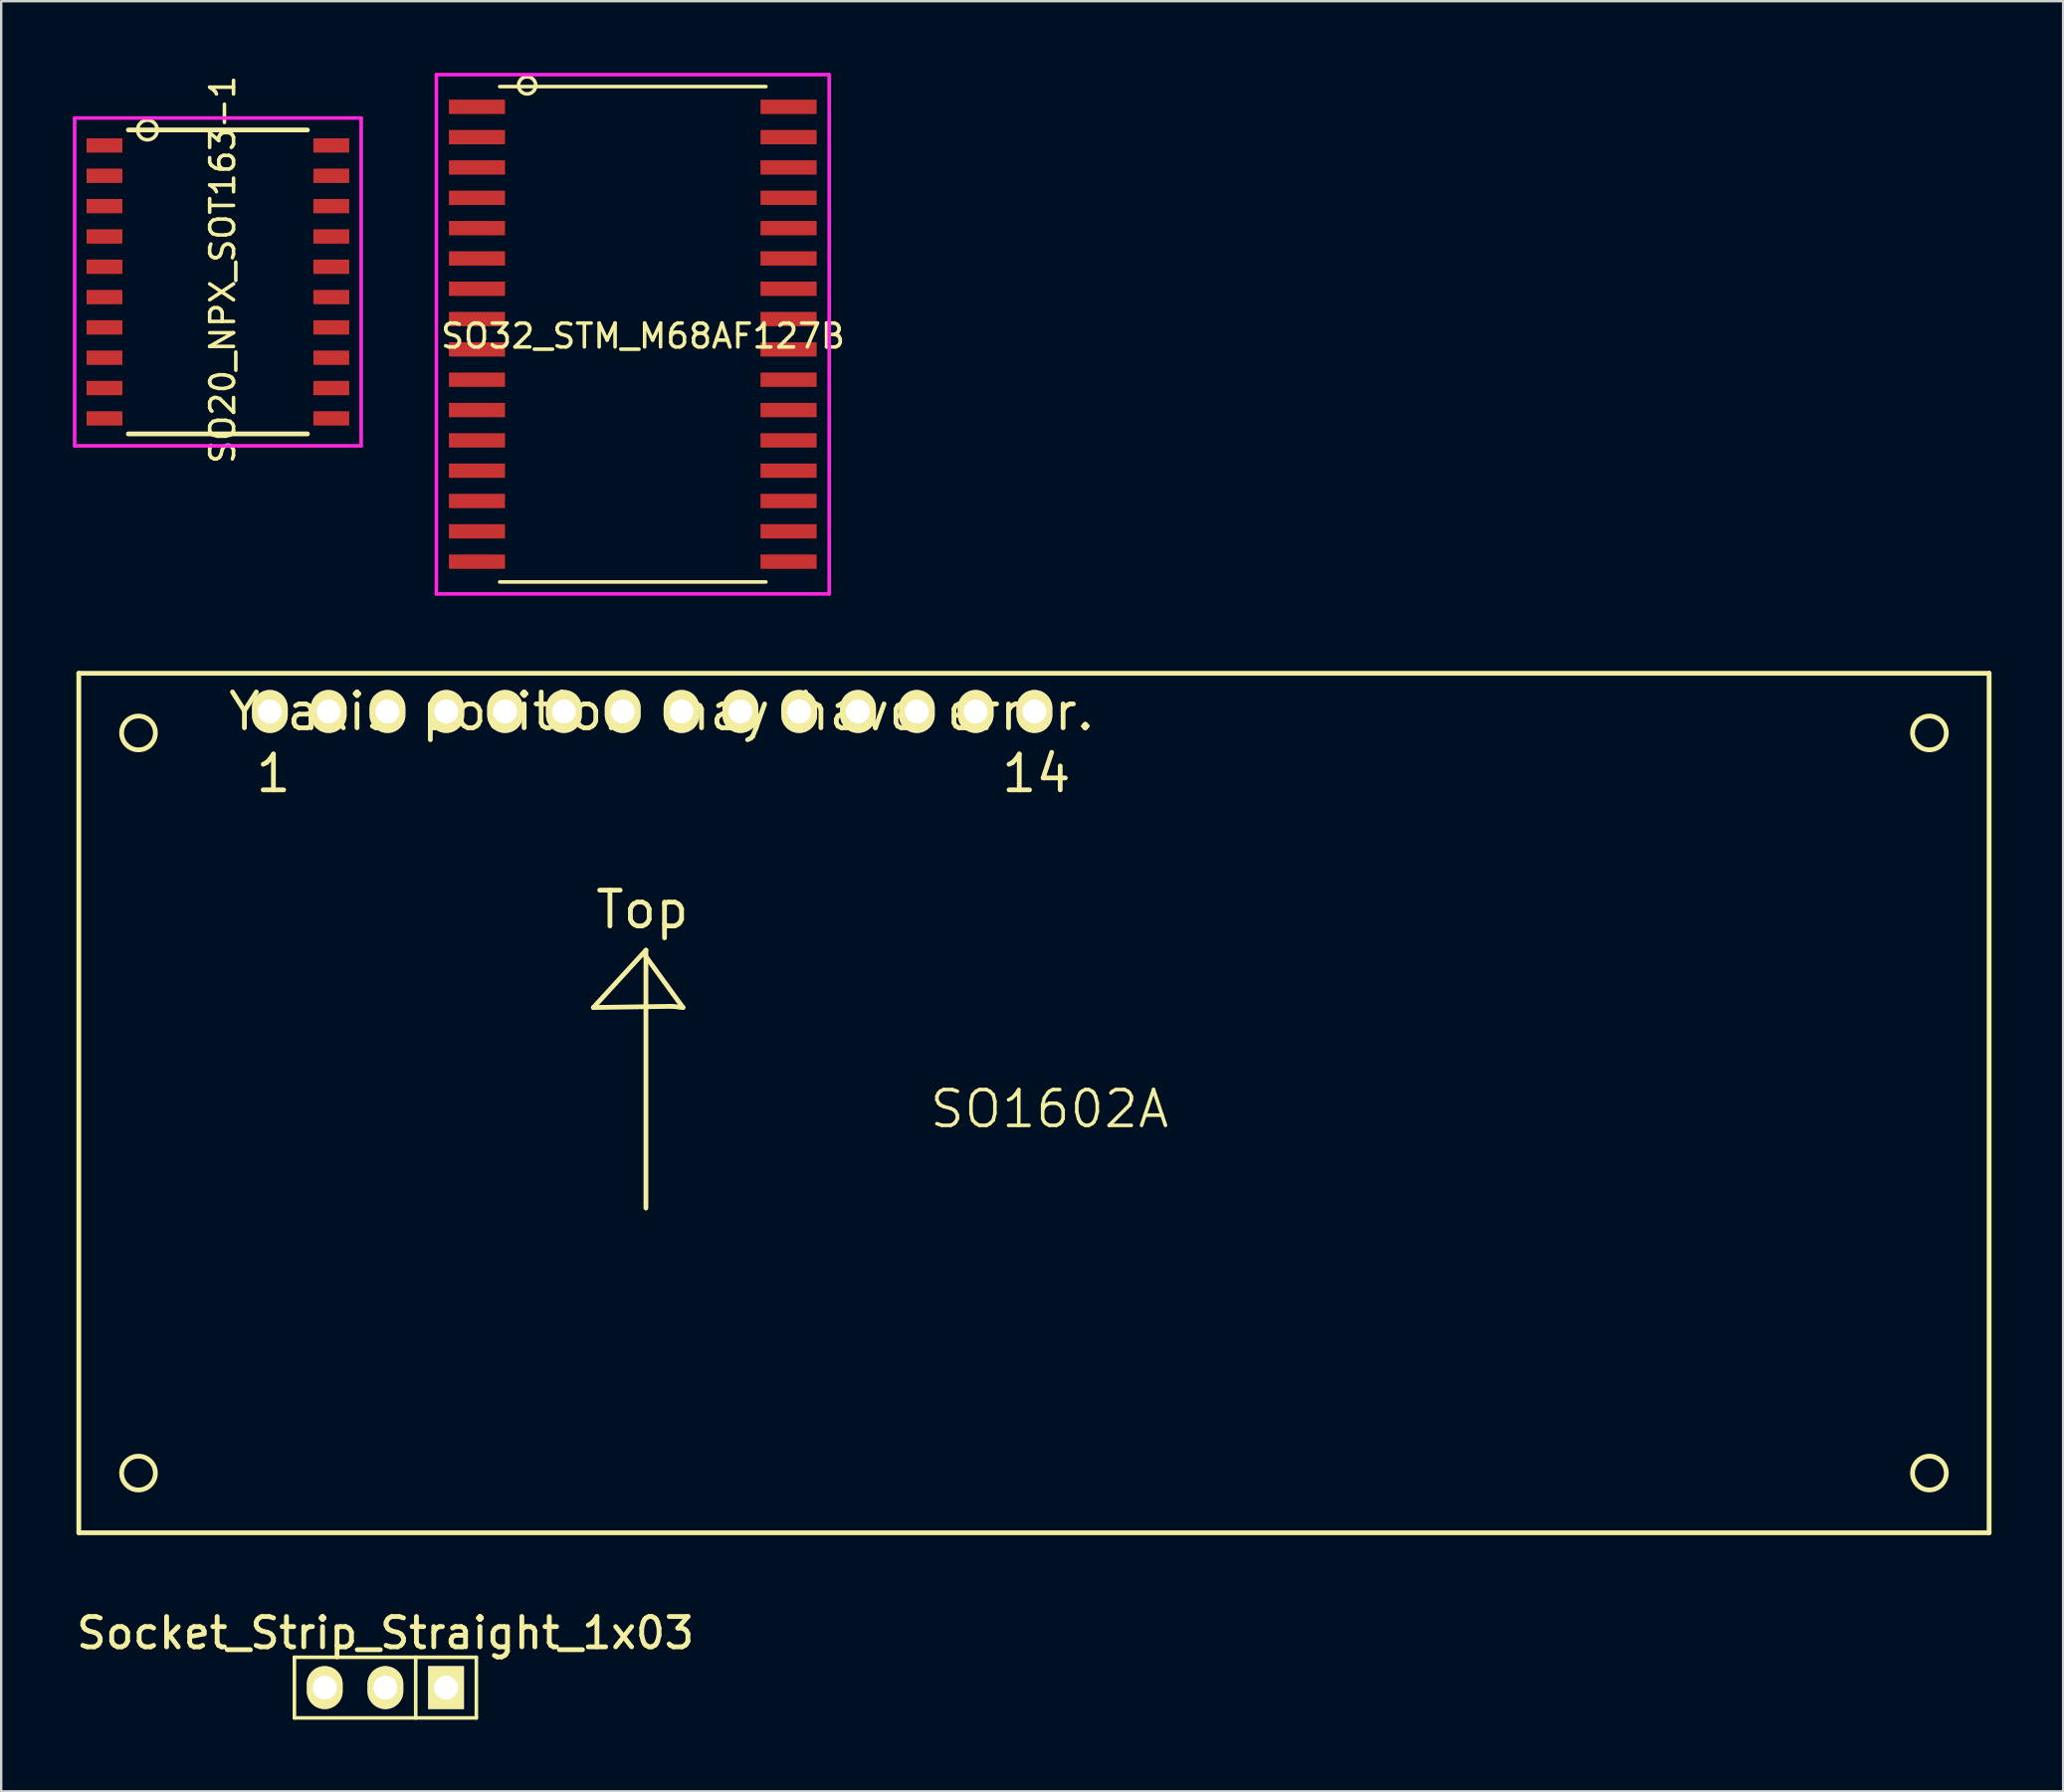
<source format=kicad_pcb>
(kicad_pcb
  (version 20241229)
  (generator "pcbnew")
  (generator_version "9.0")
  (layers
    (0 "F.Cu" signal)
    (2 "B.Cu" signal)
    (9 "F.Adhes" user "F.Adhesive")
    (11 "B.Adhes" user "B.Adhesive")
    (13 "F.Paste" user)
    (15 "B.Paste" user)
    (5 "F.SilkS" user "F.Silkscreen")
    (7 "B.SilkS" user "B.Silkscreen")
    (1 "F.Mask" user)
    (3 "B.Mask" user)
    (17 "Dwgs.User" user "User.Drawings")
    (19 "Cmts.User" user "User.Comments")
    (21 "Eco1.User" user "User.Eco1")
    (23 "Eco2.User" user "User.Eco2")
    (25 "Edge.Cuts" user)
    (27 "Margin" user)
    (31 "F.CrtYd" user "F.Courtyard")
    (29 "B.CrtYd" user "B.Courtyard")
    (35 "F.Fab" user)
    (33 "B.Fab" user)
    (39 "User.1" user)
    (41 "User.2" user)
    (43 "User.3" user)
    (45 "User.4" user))
  (footprint "SO32_STM_M68AF127B"
    (layer "F.Cu")
    (at 16.925 1.425)
    (property "Reference" "SO32_STM_M68AF127B" (at 6.95 9.6 0) (layer "F.SilkS") (effects (font (size 1 1) (thickness 0.15))))
    (attr through_hole)
    (fp_line (start 0.95 -0.85) (end 12.1 -0.85) (stroke (width 0.15) (type solid)) (layer "F.SilkS"))
    (fp_line (start 0.95 19.9) (end 12.1 19.9) (stroke (width 0.15) (type solid)) (layer "F.SilkS"))
    (fp_circle (center 2.1 -0.9) (end 2.4 -0.7) (stroke (width 0.15) (type solid)) (fill no) (layer "F.SilkS"))
    (fp_line (start -1.7 -1.35) (end 14.75 -1.35) (stroke (width 0.15) (type solid)) (layer "F.CrtYd"))
    (fp_line (start -1.7 20.4) (end -1.7 -1.35) (stroke (width 0.15) (type solid)) (layer "F.CrtYd"))
    (fp_line (start 14.75 -1.35) (end 14.75 20.4) (stroke (width 0.15) (type solid)) (layer "F.CrtYd"))
    (fp_line (start 14.75 20.4) (end -1.7 20.4) (stroke (width 0.15) (type solid)) (layer "F.CrtYd"))
    (pad "1" smd rect (at 0 0) (size 2.35 0.6) (layers "F.Cu" "F.Mask" "F.Paste"))
    (pad "2" smd rect (at 0 1.27) (size 2.35 0.6) (layers "F.Cu" "F.Mask" "F.Paste"))
    (pad "3" smd rect (at 0 2.54) (size 2.35 0.6) (layers "F.Cu" "F.Mask" "F.Paste"))
    (pad "4" smd rect (at 0 3.81) (size 2.35 0.6) (layers "F.Cu" "F.Mask" "F.Paste"))
    (pad "5" smd rect (at 0 5.08) (size 2.35 0.6) (layers "F.Cu" "F.Mask" "F.Paste"))
    (pad "6" smd rect (at 0 6.35) (size 2.35 0.6) (layers "F.Cu" "F.Mask" "F.Paste"))
    (pad "7" smd rect (at 0 7.62) (size 2.35 0.6) (layers "F.Cu" "F.Mask" "F.Paste"))
    (pad "8" smd rect (at 0 8.89) (size 2.35 0.6) (layers "F.Cu" "F.Mask" "F.Paste"))
    (pad "9" smd rect (at 0 10.16) (size 2.35 0.6) (layers "F.Cu" "F.Mask" "F.Paste"))
    (pad "10" smd rect (at 0 11.43) (size 2.35 0.6) (layers "F.Cu" "F.Mask" "F.Paste"))
    (pad "11" smd rect (at 0 12.7) (size 2.35 0.6) (layers "F.Cu" "F.Mask" "F.Paste"))
    (pad "12" smd rect (at 0 13.97) (size 2.35 0.6) (layers "F.Cu" "F.Mask" "F.Paste"))
    (pad "13" smd rect (at 0 15.24) (size 2.35 0.6) (layers "F.Cu" "F.Mask" "F.Paste"))
    (pad "14" smd rect (at 0 16.51) (size 2.35 0.6) (layers "F.Cu" "F.Mask" "F.Paste"))
    (pad "15" smd rect (at 0 17.78) (size 2.35 0.6) (layers "F.Cu" "F.Mask" "F.Paste"))
    (pad "16" smd rect (at 0 19.05) (size 2.35 0.6) (layers "F.Cu" "F.Mask" "F.Paste"))
    (pad "17" smd rect (at 13.05 19.05) (size 2.35 0.6) (layers "F.Cu" "F.Mask" "F.Paste"))
    (pad "18" smd rect (at 13.05 17.78) (size 2.35 0.6) (layers "F.Cu" "F.Mask" "F.Paste"))
    (pad "19" smd rect (at 13.05 16.51) (size 2.35 0.6) (layers "F.Cu" "F.Mask" "F.Paste"))
    (pad "20" smd rect (at 13.05 15.24) (size 2.35 0.6) (layers "F.Cu" "F.Mask" "F.Paste"))
    (pad "21" smd rect (at 13.05 13.97) (size 2.35 0.6) (layers "F.Cu" "F.Mask" "F.Paste"))
    (pad "22" smd rect (at 13.05 12.7) (size 2.35 0.6) (layers "F.Cu" "F.Mask" "F.Paste"))
    (pad "23" smd rect (at 13.05 11.43) (size 2.35 0.6) (layers "F.Cu" "F.Mask" "F.Paste"))
    (pad "24" smd rect (at 13.05 10.16) (size 2.35 0.6) (layers "F.Cu" "F.Mask" "F.Paste"))
    (pad "25" smd rect (at 13.05 8.89) (size 2.35 0.6) (layers "F.Cu" "F.Mask" "F.Paste"))
    (pad "26" smd rect (at 13.05 7.62) (size 2.35 0.6) (layers "F.Cu" "F.Mask" "F.Paste"))
    (pad "27" smd rect (at 13.05 6.35) (size 2.35 0.6) (layers "F.Cu" "F.Mask" "F.Paste"))
    (pad "28" smd rect (at 13.05 5.08) (size 2.35 0.6) (layers "F.Cu" "F.Mask" "F.Paste"))
    (pad "29" smd rect (at 13.05 3.81) (size 2.35 0.6) (layers "F.Cu" "F.Mask" "F.Paste"))
    (pad "30" smd rect (at 13.05 2.54) (size 2.35 0.6) (layers "F.Cu" "F.Mask" "F.Paste"))
    (pad "31" smd rect (at 13.05 1.27) (size 2.35 0.6) (layers "F.Cu" "F.Mask" "F.Paste"))
    (pad "32" smd rect (at 13.05 0) (size 2.35 0.6) (layers "F.Cu" "F.Mask" "F.Paste")))
  (footprint "Socket_Strip_Straight_1x03"
    (layer "F.Cu")
    (at 13.089 67.636)
    (property "Reference" "Socket_Strip_Straight_1x03" (at 0 -2.286 0) (layer "F.SilkS") (effects (font (size 1.27 1.27) (thickness 0.203))))
    (attr through_hole)
    (fp_line (start -3.81 -1.27) (end 1.27 -1.27) (stroke (width 0.15) (type solid)) (layer "F.SilkS"))
    (fp_line (start -3.81 1.27) (end -3.81 -1.27) (stroke (width 0.15) (type solid)) (layer "F.SilkS"))
    (fp_line (start 1.27 -1.27) (end 1.27 1.27) (stroke (width 0.15) (type solid)) (layer "F.SilkS"))
    (fp_line (start 1.27 1.27) (end -3.81 1.27) (stroke (width 0.15) (type solid)) (layer "F.SilkS"))
    (fp_line (start 3.81 -1.27) (end 1.27 -1.27) (stroke (width 0.15) (type solid)) (layer "F.SilkS"))
    (fp_line (start 3.81 -1.27) (end 3.81 1.27) (stroke (width 0.15) (type solid)) (layer "F.SilkS"))
    (fp_line (start 3.81 1.27) (end 1.27 1.27) (stroke (width 0.15) (type solid)) (layer "F.SilkS"))
    (pad "1" thru_hole rect (at 2.54 0 180) (size 1.5 1.8) (drill 1) (layers "*.Cu" "*.Mask" "F.SilkS"))
    (pad "2" thru_hole oval (at 0 0 180) (size 1.5 1.8) (drill 1) (layers "*.Cu" "*.Mask" "F.SilkS"))
    (pad "3" thru_hole oval (at -2.54 0 180) (size 1.5 1.8) (drill 1) (layers "*.Cu" "*.Mask" "F.SilkS")))
  (footprint "SO1602A"
    (layer "F.Cu")
    (at 0.25 25.15)
    (property "Reference" "SO1602A" (at 40.65 18.25 0) (layer "F.SilkS") (effects (font (size 1.5 1.5) (thickness 0.15))))
    (attr through_hole)
    (fp_line (start 0 0) (end 0 36) (stroke (width 0.2) (type solid)) (layer "F.SilkS"))
    (fp_line (start 0 36) (end 80 36) (stroke (width 0.2) (type solid)) (layer "F.SilkS"))
    (fp_line (start 21.55 14) (end 24.85 13.95) (stroke (width 0.2) (type solid)) (layer "F.SilkS"))
    (fp_line (start 23.75 11.6) (end 21.55 14) (stroke (width 0.2) (type solid)) (layer "F.SilkS"))
    (fp_line (start 23.75 22.4) (end 23.75 11.6) (stroke (width 0.2) (type solid)) (layer "F.SilkS"))
    (fp_line (start 24.85 13.95) (end 25.3 14) (stroke (width 0.2) (type solid)) (layer "F.SilkS"))
    (fp_line (start 25.3 14) (end 23.7 11.8) (stroke (width 0.2) (type solid)) (layer "F.SilkS"))
    (fp_line (start 80 0) (end 0 0) (stroke (width 0.2) (type solid)) (layer "F.SilkS"))
    (fp_line (start 80 36) (end 80 0) (stroke (width 0.2) (type solid)) (layer "F.SilkS"))
    (fp_circle (center 2.5 2.5) (end 3 3) (stroke (width 0.2) (type solid)) (fill no) (layer "F.SilkS"))
    (fp_circle (center 2.5 33.5) (end 3 34) (stroke (width 0.2) (type solid)) (fill no) (layer "F.SilkS"))
    (fp_circle (center 77.5 2.5) (end 78 3) (stroke (width 0.2) (type solid)) (fill no) (layer "F.SilkS"))
    (fp_circle (center 77.5 33.5) (end 78 34) (stroke (width 0.2) (type solid)) (fill no) (layer "F.SilkS"))
    (fp_text user "Y axis position may have error." (at 24.4 1.6 0) (layer "F.SilkS") (effects (font (size 1.5 1.5) (thickness 0.2))))
    (fp_text user "1" (at 8.15 4.2 0) (layer "F.SilkS") (effects (font (size 1.5 1.5) (thickness 0.2))))
    (fp_text user "14" (at 40.1 4.2 0) (layer "F.SilkS") (effects (font (size 1.5 1.5) (thickness 0.2))))
    (fp_text user "Top" (at 23.6 9.9 0) (layer "F.SilkS") (effects (font (size 1.5 1.5) (thickness 0.2))))
    (pad "1" thru_hole oval (at 8 1.6) (size 1.5 1.8) (drill 1) (layers "*.Cu" "*.Mask" "F.SilkS"))
    (pad "2" thru_hole oval (at 10.463 1.6) (size 1.5 1.8) (drill 1) (layers "*.Cu" "*.Mask" "F.SilkS"))
    (pad "3" thru_hole oval (at 12.926 1.6) (size 1.5 1.8) (drill 1) (layers "*.Cu" "*.Mask" "F.SilkS"))
    (pad "4" thru_hole oval (at 15.389 1.6) (size 1.5 1.8) (drill 1) (layers "*.Cu" "*.Mask" "F.SilkS"))
    (pad "5" thru_hole oval (at 17.852 1.6) (size 1.5 1.8) (drill 1) (layers "*.Cu" "*.Mask" "F.SilkS"))
    (pad "6" thru_hole oval (at 20.315 1.6) (size 1.5 1.8) (drill 1) (layers "*.Cu" "*.Mask" "F.SilkS"))
    (pad "7" thru_hole oval (at 22.778 1.6) (size 1.5 1.8) (drill 1) (layers "*.Cu" "*.Mask" "F.SilkS"))
    (pad "8" thru_hole oval (at 25.242 1.6) (size 1.5 1.8) (drill 1) (layers "*.Cu" "*.Mask" "F.SilkS"))
    (pad "9" thru_hole oval (at 27.705 1.6) (size 1.5 1.8) (drill 1) (layers "*.Cu" "*.Mask" "F.SilkS"))
    (pad "10" thru_hole oval (at 30.168 1.6) (size 1.5 1.8) (drill 1) (layers "*.Cu" "*.Mask" "F.SilkS"))
    (pad "11" thru_hole oval (at 32.631 1.6) (size 1.5 1.8) (drill 1) (layers "*.Cu" "*.Mask" "F.SilkS"))
    (pad "12" thru_hole oval (at 35.094 1.6) (size 1.5 1.8) (drill 1) (layers "*.Cu" "*.Mask" "F.SilkS"))
    (pad "13" thru_hole oval (at 37.557 1.6) (size 1.5 1.8) (drill 1) (layers "*.Cu" "*.Mask" "F.SilkS"))
    (pad "14" thru_hole oval (at 40.02 1.6) (size 1.5 1.8) (drill 1) (layers "*.Cu" "*.Mask" "F.SilkS")))
  (footprint "SO20_NPX_SOT163-1"
    (layer "F.Cu")
    (at 1.325 3.044)
    (property "Reference" "SO20_NPX_SOT163-1" (at 4.95 5.2 90) (layer "F.SilkS") (effects (font (size 1 1) (thickness 0.15))))
    (attr through_hole)
    (fp_line (start 1 -0.65) (end 8.5 -0.65) (stroke (width 0.2) (type solid)) (layer "F.SilkS"))
    (fp_line (start 1 12.08) (end 8.5 12.08) (stroke (width 0.2) (type solid)) (layer "F.SilkS"))
    (fp_circle (center 1.8 -0.65) (end 2.2 -0.55) (stroke (width 0.15) (type solid)) (fill no) (layer "F.SilkS"))
    (fp_line (start -1.25 -1.15) (end -1.25 12.58) (stroke (width 0.15) (type solid)) (layer "F.CrtYd"))
    (fp_line (start -1.25 -1.15) (end 10.75 -1.15) (stroke (width 0.15) (type solid)) (layer "F.CrtYd"))
    (fp_line (start -1.25 12.58) (end 10.75 12.58) (stroke (width 0.15) (type solid)) (layer "F.CrtYd"))
    (fp_line (start 10.75 -1.15) (end 10.75 12.58) (stroke (width 0.15) (type solid)) (layer "F.CrtYd"))
    (pad "1" smd rect (at 0 0) (size 1.5 0.6) (layers "F.Cu" "F.Mask" "F.Paste"))
    (pad "2" smd rect (at 0 1.27) (size 1.5 0.6) (layers "F.Cu" "F.Mask" "F.Paste"))
    (pad "3" smd rect (at 0 2.54) (size 1.5 0.6) (layers "F.Cu" "F.Mask" "F.Paste"))
    (pad "4" smd rect (at 0 3.81) (size 1.5 0.6) (layers "F.Cu" "F.Mask" "F.Paste"))
    (pad "5" smd rect (at 0 5.08) (size 1.5 0.6) (layers "F.Cu" "F.Mask" "F.Paste"))
    (pad "6" smd rect (at 0 6.35) (size 1.5 0.6) (layers "F.Cu" "F.Mask" "F.Paste"))
    (pad "7" smd rect (at 0 7.62) (size 1.5 0.6) (layers "F.Cu" "F.Mask" "F.Paste"))
    (pad "8" smd rect (at 0 8.89) (size 1.5 0.6) (layers "F.Cu" "F.Mask" "F.Paste"))
    (pad "9" smd rect (at 0 10.16) (size 1.5 0.6) (layers "F.Cu" "F.Mask" "F.Paste"))
    (pad "10" smd rect (at 0 11.43) (size 1.5 0.6) (layers "F.Cu" "F.Mask" "F.Paste"))
    (pad "11" smd rect (at 9.5 11.43) (size 1.5 0.6) (layers "F.Cu" "F.Mask" "F.Paste"))
    (pad "12" smd rect (at 9.5 10.16) (size 1.5 0.6) (layers "F.Cu" "F.Mask" "F.Paste"))
    (pad "13" smd rect (at 9.5 8.89) (size 1.5 0.6) (layers "F.Cu" "F.Mask" "F.Paste"))
    (pad "14" smd rect (at 9.5 7.62) (size 1.5 0.6) (layers "F.Cu" "F.Mask" "F.Paste"))
    (pad "15" smd rect (at 9.5 6.35) (size 1.5 0.6) (layers "F.Cu" "F.Mask" "F.Paste"))
    (pad "16" smd rect (at 9.5 5.08) (size 1.5 0.6) (layers "F.Cu" "F.Mask" "F.Paste"))
    (pad "17" smd rect (at 9.5 3.81) (size 1.5 0.6) (layers "F.Cu" "F.Mask" "F.Paste"))
    (pad "18" smd rect (at 9.5 2.54) (size 1.5 0.6) (layers "F.Cu" "F.Mask" "F.Paste"))
    (pad "19" smd rect (at 9.5 1.27) (size 1.5 0.6) (layers "F.Cu" "F.Mask" "F.Paste"))
    (pad "20" smd rect (at 9.5 0) (size 1.5 0.6) (layers "F.Cu" "F.Mask" "F.Paste")))
  (gr_rect
    (start -3 -3)
    (end 83.35 71.981)
    (stroke (width 0.1) (type default))
    (fill no)
    (layer "Edge.Cuts")))
</source>
